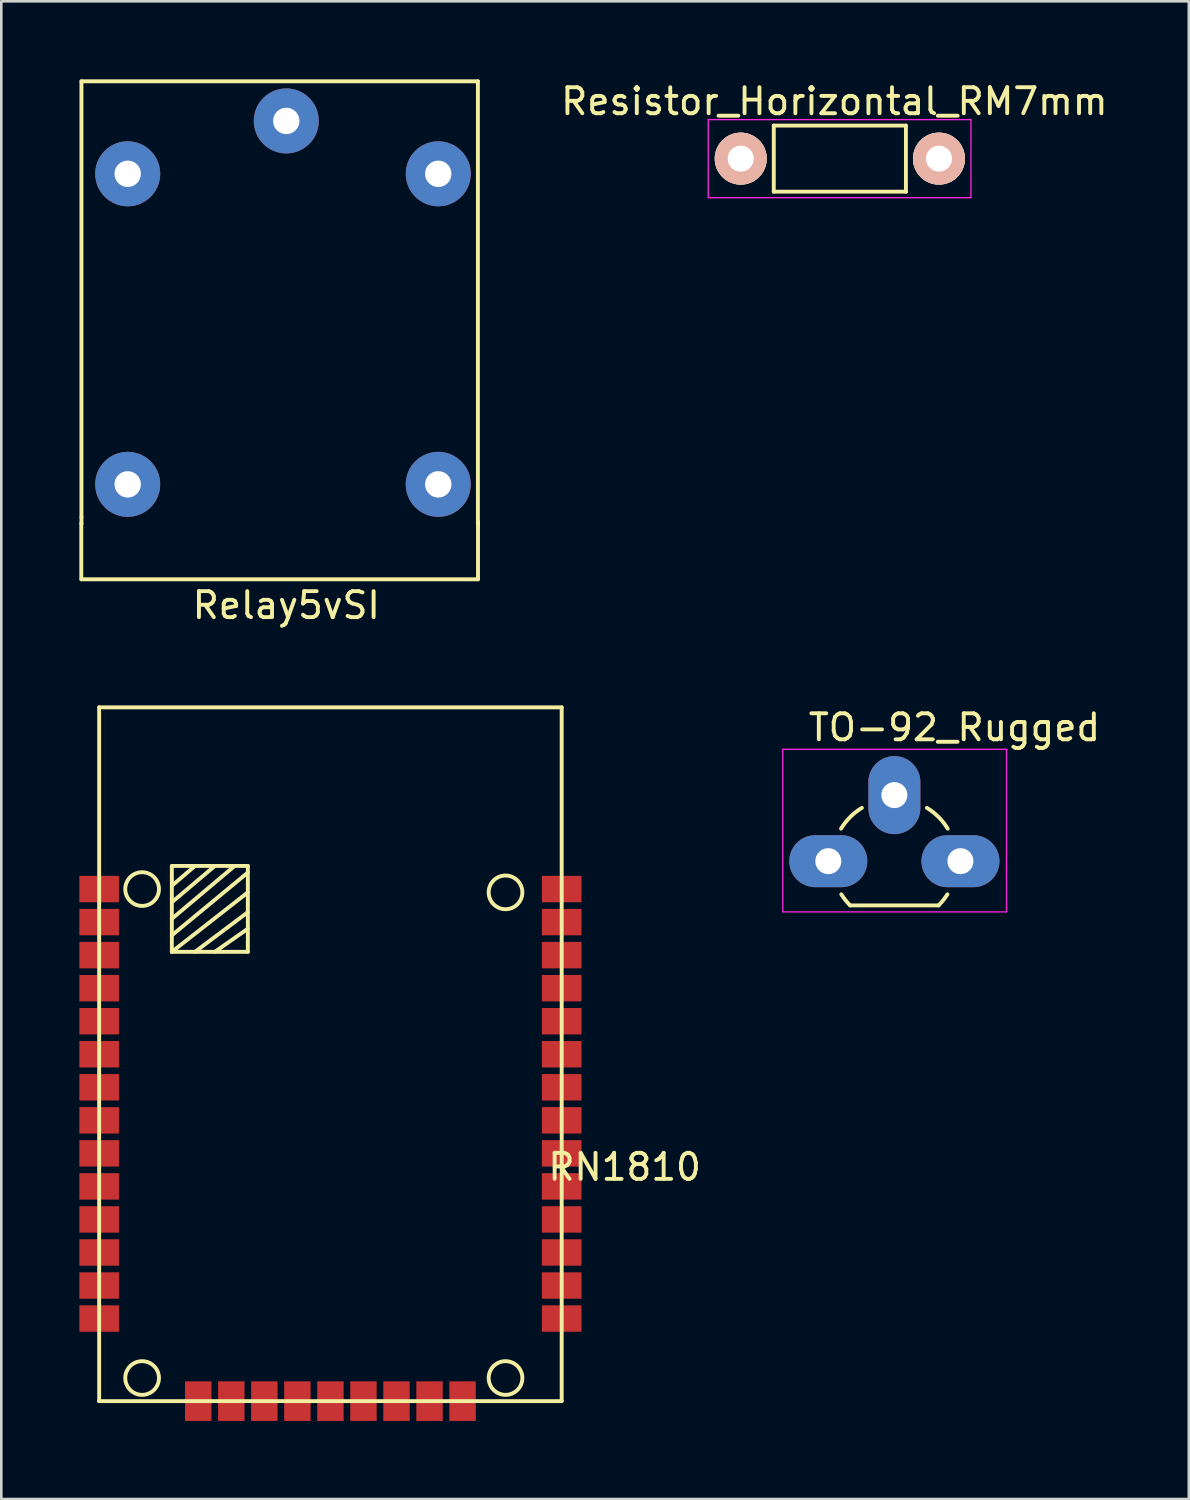
<source format=kicad_pcb>
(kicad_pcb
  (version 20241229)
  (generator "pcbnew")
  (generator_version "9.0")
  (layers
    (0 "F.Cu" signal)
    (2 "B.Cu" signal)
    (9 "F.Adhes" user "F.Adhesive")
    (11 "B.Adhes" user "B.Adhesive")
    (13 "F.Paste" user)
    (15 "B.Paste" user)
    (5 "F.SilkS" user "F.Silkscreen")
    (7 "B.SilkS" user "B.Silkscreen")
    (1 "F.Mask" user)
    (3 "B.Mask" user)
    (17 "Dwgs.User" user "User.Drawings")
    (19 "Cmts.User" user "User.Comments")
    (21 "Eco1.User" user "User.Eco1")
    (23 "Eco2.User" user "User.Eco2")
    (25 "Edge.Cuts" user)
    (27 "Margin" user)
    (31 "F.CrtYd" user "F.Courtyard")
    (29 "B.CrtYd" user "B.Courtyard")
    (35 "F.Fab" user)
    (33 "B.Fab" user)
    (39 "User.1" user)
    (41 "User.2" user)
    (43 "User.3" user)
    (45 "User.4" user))
  (footprint "RN1810"
    (layer "F.Cu")
    (at 0.762 50.812)
    (property "Reference" "RN1810" (at 20.2 -9 0) (layer "F.SilkS") (effects (font (size 1 1) (thickness 0.15))))
    (attr through_hole)
    (fp_line (start 0 -26.67) (end 17.78 -26.67) (stroke (width 0.15) (type solid)) (layer "F.SilkS"))
    (fp_line (start 0 0) (end 0 -26.67) (stroke (width 0.15) (type solid)) (layer "F.SilkS"))
    (fp_line (start 2.794 -20.574) (end 5.715 -20.574) (stroke (width 0.15) (type solid)) (layer "F.SilkS"))
    (fp_line (start 2.794 -19.812) (end 3.683 -20.574) (stroke (width 0.15) (type solid)) (layer "F.SilkS"))
    (fp_line (start 2.794 -19.177) (end 4.445 -20.574) (stroke (width 0.15) (type solid)) (layer "F.SilkS"))
    (fp_line (start 2.794 -18.542) (end 5.207 -20.574) (stroke (width 0.15) (type solid)) (layer "F.SilkS"))
    (fp_line (start 2.794 -17.907) (end 5.715 -20.32) (stroke (width 0.15) (type solid)) (layer "F.SilkS"))
    (fp_line (start 2.794 -17.272) (end 2.794 -20.574) (stroke (width 0.15) (type solid)) (layer "F.SilkS"))
    (fp_line (start 2.794 -17.272) (end 5.715 -19.558) (stroke (width 0.15) (type solid)) (layer "F.SilkS"))
    (fp_line (start 3.683 -17.272) (end 5.715 -18.796) (stroke (width 0.15) (type solid)) (layer "F.SilkS"))
    (fp_line (start 4.445 -17.272) (end 5.715 -18.161) (stroke (width 0.15) (type solid)) (layer "F.SilkS"))
    (fp_line (start 5.715 -20.574) (end 5.715 -17.272) (stroke (width 0.15) (type solid)) (layer "F.SilkS"))
    (fp_line (start 5.715 -17.272) (end 2.794 -17.272) (stroke (width 0.15) (type solid)) (layer "F.SilkS"))
    (fp_line (start 17.78 -26.67) (end 17.78 0) (stroke (width 0.15) (type solid)) (layer "F.SilkS"))
    (fp_line (start 17.78 0) (end 0 0) (stroke (width 0.15) (type solid)) (layer "F.SilkS"))
    (fp_circle (center 1.651 -19.685) (end 2.286 -19.812) (stroke (width 0.15) (type solid)) (fill no) (layer "F.SilkS"))
    (fp_circle (center 1.651 -0.889) (end 2.286 -1.016) (stroke (width 0.15) (type solid)) (fill no) (layer "F.SilkS"))
    (fp_circle (center 15.621 -19.558) (end 16.256 -19.685) (stroke (width 0.15) (type solid)) (fill no) (layer "F.SilkS"))
    (fp_circle (center 15.621 -0.889) (end 16.256 -1.016) (stroke (width 0.15) (type solid)) (fill no) (layer "F.SilkS"))
    (pad "1" smd rect (at 0 -19.685) (size 1.524 1.016) (layers "F.Cu" "F.Mask" "F.Paste"))
    (pad "2" smd rect (at 0 -18.415) (size 1.524 1.016) (layers "F.Cu" "F.Mask" "F.Paste"))
    (pad "3" smd rect (at 0 -17.145) (size 1.524 1.016) (layers "F.Cu" "F.Mask" "F.Paste"))
    (pad "4" smd rect (at 0 -15.875) (size 1.524 1.016) (layers "F.Cu" "F.Mask" "F.Paste"))
    (pad "5" smd rect (at 0 -14.605) (size 1.524 1.016) (layers "F.Cu" "F.Mask" "F.Paste"))
    (pad "6" smd rect (at 0 -13.335) (size 1.524 1.016) (layers "F.Cu" "F.Mask" "F.Paste"))
    (pad "7" smd rect (at 0 -12.065) (size 1.524 1.016) (layers "F.Cu" "F.Mask" "F.Paste"))
    (pad "8" smd rect (at 0 -10.795) (size 1.524 1.016) (layers "F.Cu" "F.Mask" "F.Paste"))
    (pad "9" smd rect (at 0 -9.525) (size 1.524 1.016) (layers "F.Cu" "F.Mask" "F.Paste"))
    (pad "10" smd rect (at 0 -8.255) (size 1.524 1.016) (layers "F.Cu" "F.Mask" "F.Paste"))
    (pad "11" smd rect (at 0 -6.985) (size 1.524 1.016) (layers "F.Cu" "F.Mask" "F.Paste"))
    (pad "12" smd rect (at 0 -5.715) (size 1.524 1.016) (layers "F.Cu" "F.Mask" "F.Paste"))
    (pad "13" smd rect (at 0 -4.445) (size 1.524 1.016) (layers "F.Cu" "F.Mask" "F.Paste"))
    (pad "14" smd rect (at 0 -3.175) (size 1.524 1.016) (layers "F.Cu" "F.Mask" "F.Paste"))
    (pad "15" smd rect (at 3.81 0 90) (size 1.524 1.016) (layers "F.Cu" "F.Mask" "F.Paste"))
    (pad "16" smd rect (at 5.08 0 90) (size 1.524 1.016) (layers "F.Cu" "F.Mask" "F.Paste"))
    (pad "17" smd rect (at 6.35 0 90) (size 1.524 1.016) (layers "F.Cu" "F.Mask" "F.Paste"))
    (pad "18" smd rect (at 7.62 0 90) (size 1.524 1.016) (layers "F.Cu" "F.Mask" "F.Paste"))
    (pad "19" smd rect (at 8.89 0 90) (size 1.524 1.016) (layers "F.Cu" "F.Mask" "F.Paste"))
    (pad "20" smd rect (at 10.16 0 90) (size 1.524 1.016) (layers "F.Cu" "F.Mask" "F.Paste"))
    (pad "21" smd rect (at 11.43 0 90) (size 1.524 1.016) (layers "F.Cu" "F.Mask" "F.Paste"))
    (pad "22" smd rect (at 12.7 0 90) (size 1.524 1.016) (layers "F.Cu" "F.Mask" "F.Paste"))
    (pad "23" smd rect (at 13.97 0 90) (size 1.524 1.016) (layers "F.Cu" "F.Mask" "F.Paste"))
    (pad "24" smd rect (at 17.78 -3.175) (size 1.524 1.016) (layers "F.Cu" "F.Mask" "F.Paste"))
    (pad "25" smd rect (at 17.78 -4.445) (size 1.524 1.016) (layers "F.Cu" "F.Mask" "F.Paste"))
    (pad "26" smd rect (at 17.78 -5.715) (size 1.524 1.016) (layers "F.Cu" "F.Mask" "F.Paste"))
    (pad "27" smd rect (at 17.78 -6.985) (size 1.524 1.016) (layers "F.Cu" "F.Mask" "F.Paste"))
    (pad "28" smd rect (at 17.78 -8.255) (size 1.524 1.016) (layers "F.Cu" "F.Mask" "F.Paste"))
    (pad "29" smd rect (at 17.78 -9.525) (size 1.524 1.016) (layers "F.Cu" "F.Mask" "F.Paste"))
    (pad "30" smd rect (at 17.78 -10.795) (size 1.524 1.016) (layers "F.Cu" "F.Mask" "F.Paste"))
    (pad "31" smd rect (at 17.78 -12.065) (size 1.524 1.016) (layers "F.Cu" "F.Mask" "F.Paste"))
    (pad "32" smd rect (at 17.78 -13.335) (size 1.524 1.016) (layers "F.Cu" "F.Mask" "F.Paste"))
    (pad "33" smd rect (at 17.78 -14.605) (size 1.524 1.016) (layers "F.Cu" "F.Mask" "F.Paste"))
    (pad "34" smd rect (at 17.78 -15.875) (size 1.524 1.016) (layers "F.Cu" "F.Mask" "F.Paste"))
    (pad "35" smd rect (at 17.78 -17.145) (size 1.524 1.016) (layers "F.Cu" "F.Mask" "F.Paste"))
    (pad "36" smd rect (at 17.78 -18.415) (size 1.524 1.016) (layers "F.Cu" "F.Mask" "F.Paste"))
    (pad "37" smd rect (at 17.78 -19.685) (size 1.524 1.016) (layers "F.Cu" "F.Mask" "F.Paste")))
  (footprint "TO-92_Rugged"
    (layer "F.Cu")
    (at 28.791 30.055)
    (property "Reference" "TO-92_Rugged" (at 4.85 -5.14 0) (layer "F.SilkS") (effects (font (size 1 1) (thickness 0.15))))
    (attr through_hole)
    (fp_line (start 0.84 1.7) (end 4.24 1.7) (stroke (width 0.15) (type solid)) (layer "F.SilkS"))
    (fp_arc (start 0.49 -1.25) (mid 0.842207 -1.697793) (end 1.29 -2.05) (stroke (width 0.15) (type solid)) (layer "F.SilkS"))
    (fp_arc (start 0.84 1.7) (mid 0.658552 1.496715) (end 0.501273 1.274203) (stroke (width 0.15) (type solid)) (layer "F.SilkS"))
    (fp_arc (start 3.79 -2.05) (mid 4.237793 -1.697793) (end 4.59 -1.25) (stroke (width 0.15) (type solid)) (layer "F.SilkS"))
    (fp_arc (start 4.578727 1.274203) (mid 4.421448 1.496715) (end 4.24 1.7) (stroke (width 0.15) (type solid)) (layer "F.SilkS"))
    (fp_line (start -1.75 -4.3) (end 6.85 -4.3) (stroke (width 0.05) (type solid)) (layer "F.CrtYd"))
    (fp_line (start -1.75 1.95) (end -1.75 -4.3) (stroke (width 0.05) (type solid)) (layer "F.CrtYd"))
    (fp_line (start -1.75 1.95) (end 6.85 1.95) (stroke (width 0.05) (type solid)) (layer "F.CrtYd"))
    (fp_line (start 6.85 1.95) (end 6.85 -4.3) (stroke (width 0.05) (type solid)) (layer "F.CrtYd"))
    (pad "1" thru_hole oval (at 0 0 90) (size 1.999 3) (drill 1) (layers "*.Cu" "*.Mask"))
    (pad "2" thru_hole oval (at 2.54 -2.54 90) (size 3 1.999) (drill 1) (layers "*.Cu" "*.Mask"))
    (pad "3" thru_hole oval (at 5.08 0 90) (size 1.999 3) (drill 1) (layers "*.Cu" "*.Mask")))
  (footprint "Relay5vSI"
    (layer "F.Cu")
    (at 7.955 9.219)
    (property "Reference" "Relay5vSI" (at 0 11 0) (layer "F.SilkS") (effects (font (size 1 1) (thickness 0.15))))
    (attr through_hole)
    (fp_line (start -7.88 7.85) (end -7.88 10) (stroke (width 0.15) (type solid)) (layer "F.SilkS"))
    (fp_line (start -7.874 -9.144) (end 7.366 -9.144) (stroke (width 0.15) (type solid)) (layer "F.SilkS"))
    (fp_line (start -7.874 7.62) (end -7.874 -9.144) (stroke (width 0.15) (type solid)) (layer "F.SilkS"))
    (fp_line (start -7.874 7.874) (end -7.874 7.62) (stroke (width 0.15) (type solid)) (layer "F.SilkS"))
    (fp_line (start 7.366 -9.144) (end 7.366 7.874) (stroke (width 0.15) (type solid)) (layer "F.SilkS"))
    (fp_line (start 7.366 10) (end -7.874 10) (stroke (width 0.15) (type solid)) (layer "F.SilkS"))
    (fp_line (start 7.37 7.78) (end 7.37 10) (stroke (width 0.15) (type solid)) (layer "F.SilkS"))
    (pad "1" thru_hole circle (at -6.096 -5.588) (size 2.5 2.5) (drill 1.016) (layers "*.Cu" "*.Mask"))
    (pad "2" thru_hole circle (at 5.842 -5.588) (size 2.5 2.5) (drill 1.016) (layers "*.Cu" "*.Mask"))
    (pad "3" thru_hole circle (at 0 -7.62) (size 2.5 2.5) (drill 1.016) (layers "*.Cu" "*.Mask"))
    (pad "4" thru_hole circle (at -6.096 6.35) (size 2.5 2.5) (drill 1.016) (layers "*.Cu" "*.Mask"))
    (pad "5" thru_hole circle (at 5.842 6.35) (size 2.5 2.5) (drill 1.016) (layers "*.Cu" "*.Mask")))
  (footprint "Resistor_Horizontal_RM7mm"
    (layer "F.Cu")
    (at 25.425 3.048)
    (property "Reference" "Resistor_Horizontal_RM7mm" (at 3.6 -2.2 0) (layer "F.SilkS") (effects (font (size 1 1) (thickness 0.15))))
    (attr through_hole)
    (fp_line (start 1.27 -1.27) (end 6.35 -1.27) (stroke (width 0.15) (type solid)) (layer "F.SilkS"))
    (fp_line (start 1.27 1.27) (end 1.27 -1.27) (stroke (width 0.15) (type solid)) (layer "F.SilkS"))
    (fp_line (start 6.35 -1.27) (end 6.35 1.27) (stroke (width 0.15) (type solid)) (layer "F.SilkS"))
    (fp_line (start 6.35 1.27) (end 1.27 1.27) (stroke (width 0.15) (type solid)) (layer "F.SilkS"))
    (fp_line (start -1.25 -1.5) (end 8.85 -1.5) (stroke (width 0.05) (type solid)) (layer "F.CrtYd"))
    (fp_line (start -1.25 1.5) (end -1.25 -1.5) (stroke (width 0.05) (type solid)) (layer "F.CrtYd"))
    (fp_line (start -1.25 1.5) (end 8.85 1.5) (stroke (width 0.05) (type solid)) (layer "F.CrtYd"))
    (fp_line (start 8.85 -1.5) (end 8.85 1.5) (stroke (width 0.05) (type solid)) (layer "F.CrtYd"))
    (pad "1" thru_hole circle (at 0 0) (size 1.999 1.999) (drill 1) (layers "*.Cu" "*.SilkS" "*.Mask"))
    (pad "2" thru_hole circle (at 7.62 0) (size 1.999 1.999) (drill 1) (layers "*.Cu" "*.SilkS" "*.Mask")))
  (gr_rect
    (start -3 -3)
    (end 42.65 54.574)
    (stroke (width 0.1) (type default))
    (fill no)
    (layer "Edge.Cuts")))
</source>
